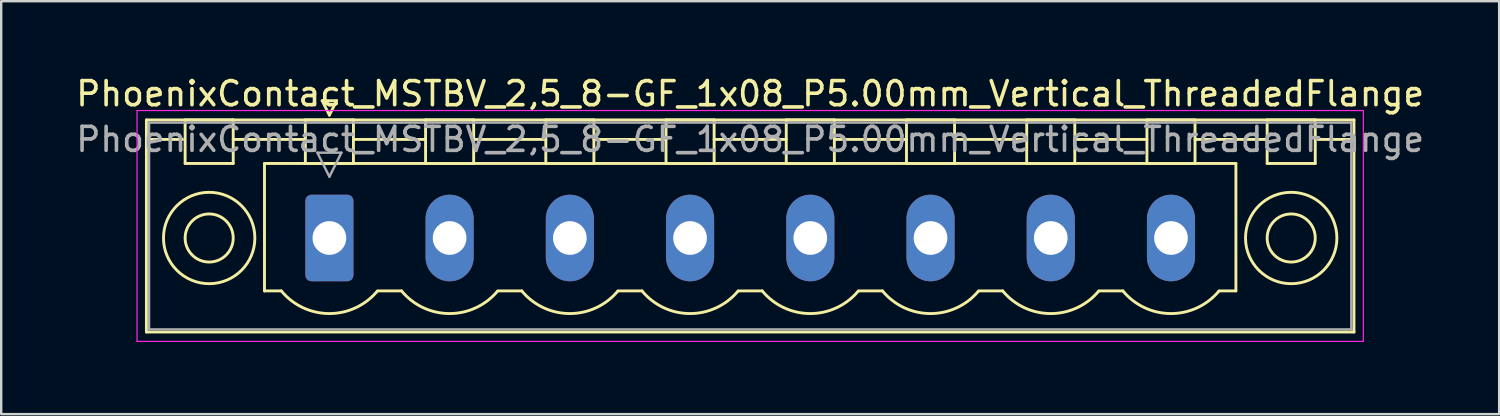
<source format=kicad_pcb>
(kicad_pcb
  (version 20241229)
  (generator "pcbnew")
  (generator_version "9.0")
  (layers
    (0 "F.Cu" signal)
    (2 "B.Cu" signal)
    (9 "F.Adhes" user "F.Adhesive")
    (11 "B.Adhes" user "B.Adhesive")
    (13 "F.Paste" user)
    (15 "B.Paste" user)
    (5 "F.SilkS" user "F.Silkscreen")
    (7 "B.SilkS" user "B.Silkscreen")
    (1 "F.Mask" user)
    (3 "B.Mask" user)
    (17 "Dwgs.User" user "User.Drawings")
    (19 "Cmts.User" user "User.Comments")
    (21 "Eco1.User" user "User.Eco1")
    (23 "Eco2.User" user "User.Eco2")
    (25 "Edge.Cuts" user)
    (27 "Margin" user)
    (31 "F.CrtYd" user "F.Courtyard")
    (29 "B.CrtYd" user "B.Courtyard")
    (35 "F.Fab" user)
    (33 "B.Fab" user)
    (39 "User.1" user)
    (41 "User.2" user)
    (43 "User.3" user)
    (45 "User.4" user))
  (footprint "PhoenixContact_MSTBV_2,5_8-GF_1x08_P5.00mm_Vertical_ThreadedFlange"
    (layer "F.Cu")
    (at 10.649 6.848)
    (property "Reference" "PhoenixContact_MSTBV_2,5_8-GF_1x08_P5.00mm_Vertical_ThreadedFlange" (at 17.5 -6 0) (layer "F.SilkS") (effects (font (size 1 1) (thickness 0.15))))
    (attr through_hole)
    (fp_line (start -7.61 -4.91) (end -7.61 3.91) (stroke (width 0.12) (type solid)) (layer "F.SilkS"))
    (fp_line (start -7.61 -4.1) (end -6.11 -4.1) (stroke (width 0.12) (type solid)) (layer "F.SilkS"))
    (fp_line (start -7.61 3.91) (end 42.61 3.91) (stroke (width 0.12) (type solid)) (layer "F.SilkS"))
    (fp_line (start -6 -4.91) (end -4 -4.91) (stroke (width 0.12) (type solid)) (layer "F.SilkS"))
    (fp_line (start -6 -3.1) (end -6 -4.91) (stroke (width 0.12) (type solid)) (layer "F.SilkS"))
    (fp_line (start -4 -4.91) (end -4 -3.1) (stroke (width 0.12) (type solid)) (layer "F.SilkS"))
    (fp_line (start -4 -4.1) (end -1 -4.1) (stroke (width 0.12) (type solid)) (layer "F.SilkS"))
    (fp_line (start -4 -3.1) (end -6 -3.1) (stroke (width 0.12) (type solid)) (layer "F.SilkS"))
    (fp_line (start -2.7 -3.1) (end 37.7 -3.1) (stroke (width 0.12) (type solid)) (layer "F.SilkS"))
    (fp_line (start -2.7 2.2) (end -2.7 -3.1) (stroke (width 0.12) (type solid)) (layer "F.SilkS"))
    (fp_line (start -2 2.2) (end -2.7 2.2) (stroke (width 0.12) (type solid)) (layer "F.SilkS"))
    (fp_line (start -1 -4.91) (end 1 -4.91) (stroke (width 0.12) (type solid)) (layer "F.SilkS"))
    (fp_line (start -1 -3.1) (end -1 -4.91) (stroke (width 0.12) (type solid)) (layer "F.SilkS"))
    (fp_line (start -0.3 -5.71) (end 0.3 -5.71) (stroke (width 0.12) (type solid)) (layer "F.SilkS"))
    (fp_line (start 0 -5.11) (end -0.3 -5.71) (stroke (width 0.12) (type solid)) (layer "F.SilkS"))
    (fp_line (start 0.3 -5.71) (end 0 -5.11) (stroke (width 0.12) (type solid)) (layer "F.SilkS"))
    (fp_line (start 1 -4.91) (end 1 -3.1) (stroke (width 0.12) (type solid)) (layer "F.SilkS"))
    (fp_line (start 1 -4.1) (end 4 -4.1) (stroke (width 0.12) (type solid)) (layer "F.SilkS"))
    (fp_line (start 1 -3.1) (end -1 -3.1) (stroke (width 0.12) (type solid)) (layer "F.SilkS"))
    (fp_line (start 2 2.2) (end 3 2.2) (stroke (width 0.12) (type solid)) (layer "F.SilkS"))
    (fp_line (start 4 -4.91) (end 6 -4.91) (stroke (width 0.12) (type solid)) (layer "F.SilkS"))
    (fp_line (start 4 -3.1) (end 4 -4.91) (stroke (width 0.12) (type solid)) (layer "F.SilkS"))
    (fp_line (start 6 -4.91) (end 6 -3.1) (stroke (width 0.12) (type solid)) (layer "F.SilkS"))
    (fp_line (start 6 -4.1) (end 9 -4.1) (stroke (width 0.12) (type solid)) (layer "F.SilkS"))
    (fp_line (start 6 -3.1) (end 4 -3.1) (stroke (width 0.12) (type solid)) (layer "F.SilkS"))
    (fp_line (start 7 2.2) (end 8 2.2) (stroke (width 0.12) (type solid)) (layer "F.SilkS"))
    (fp_line (start 9 -4.91) (end 11 -4.91) (stroke (width 0.12) (type solid)) (layer "F.SilkS"))
    (fp_line (start 9 -3.1) (end 9 -4.91) (stroke (width 0.12) (type solid)) (layer "F.SilkS"))
    (fp_line (start 11 -4.91) (end 11 -3.1) (stroke (width 0.12) (type solid)) (layer "F.SilkS"))
    (fp_line (start 11 -4.1) (end 14 -4.1) (stroke (width 0.12) (type solid)) (layer "F.SilkS"))
    (fp_line (start 11 -3.1) (end 9 -3.1) (stroke (width 0.12) (type solid)) (layer "F.SilkS"))
    (fp_line (start 12 2.2) (end 13 2.2) (stroke (width 0.12) (type solid)) (layer "F.SilkS"))
    (fp_line (start 14 -4.91) (end 16 -4.91) (stroke (width 0.12) (type solid)) (layer "F.SilkS"))
    (fp_line (start 14 -3.1) (end 14 -4.91) (stroke (width 0.12) (type solid)) (layer "F.SilkS"))
    (fp_line (start 16 -4.91) (end 16 -3.1) (stroke (width 0.12) (type solid)) (layer "F.SilkS"))
    (fp_line (start 16 -4.1) (end 19 -4.1) (stroke (width 0.12) (type solid)) (layer "F.SilkS"))
    (fp_line (start 16 -3.1) (end 14 -3.1) (stroke (width 0.12) (type solid)) (layer "F.SilkS"))
    (fp_line (start 17 2.2) (end 18 2.2) (stroke (width 0.12) (type solid)) (layer "F.SilkS"))
    (fp_line (start 19 -4.91) (end 21 -4.91) (stroke (width 0.12) (type solid)) (layer "F.SilkS"))
    (fp_line (start 19 -3.1) (end 19 -4.91) (stroke (width 0.12) (type solid)) (layer "F.SilkS"))
    (fp_line (start 21 -4.91) (end 21 -3.1) (stroke (width 0.12) (type solid)) (layer "F.SilkS"))
    (fp_line (start 21 -4.1) (end 24 -4.1) (stroke (width 0.12) (type solid)) (layer "F.SilkS"))
    (fp_line (start 21 -3.1) (end 19 -3.1) (stroke (width 0.12) (type solid)) (layer "F.SilkS"))
    (fp_line (start 22 2.2) (end 23 2.2) (stroke (width 0.12) (type solid)) (layer "F.SilkS"))
    (fp_line (start 24 -4.91) (end 26 -4.91) (stroke (width 0.12) (type solid)) (layer "F.SilkS"))
    (fp_line (start 24 -3.1) (end 24 -4.91) (stroke (width 0.12) (type solid)) (layer "F.SilkS"))
    (fp_line (start 26 -4.91) (end 26 -3.1) (stroke (width 0.12) (type solid)) (layer "F.SilkS"))
    (fp_line (start 26 -4.1) (end 29 -4.1) (stroke (width 0.12) (type solid)) (layer "F.SilkS"))
    (fp_line (start 26 -3.1) (end 24 -3.1) (stroke (width 0.12) (type solid)) (layer "F.SilkS"))
    (fp_line (start 27 2.2) (end 28 2.2) (stroke (width 0.12) (type solid)) (layer "F.SilkS"))
    (fp_line (start 29 -4.91) (end 31 -4.91) (stroke (width 0.12) (type solid)) (layer "F.SilkS"))
    (fp_line (start 29 -3.1) (end 29 -4.91) (stroke (width 0.12) (type solid)) (layer "F.SilkS"))
    (fp_line (start 31 -4.91) (end 31 -3.1) (stroke (width 0.12) (type solid)) (layer "F.SilkS"))
    (fp_line (start 31 -4.1) (end 34 -4.1) (stroke (width 0.12) (type solid)) (layer "F.SilkS"))
    (fp_line (start 31 -3.1) (end 29 -3.1) (stroke (width 0.12) (type solid)) (layer "F.SilkS"))
    (fp_line (start 32 2.2) (end 33 2.2) (stroke (width 0.12) (type solid)) (layer "F.SilkS"))
    (fp_line (start 34 -4.91) (end 36 -4.91) (stroke (width 0.12) (type solid)) (layer "F.SilkS"))
    (fp_line (start 34 -3.1) (end 34 -4.91) (stroke (width 0.12) (type solid)) (layer "F.SilkS"))
    (fp_line (start 36 -4.91) (end 36 -3.1) (stroke (width 0.12) (type solid)) (layer "F.SilkS"))
    (fp_line (start 36 -4.1) (end 39 -4.1) (stroke (width 0.12) (type solid)) (layer "F.SilkS"))
    (fp_line (start 36 -3.1) (end 34 -3.1) (stroke (width 0.12) (type solid)) (layer "F.SilkS"))
    (fp_line (start 37.7 -3.1) (end 37.7 2.2) (stroke (width 0.12) (type solid)) (layer "F.SilkS"))
    (fp_line (start 37.7 2.2) (end 37 2.2) (stroke (width 0.12) (type solid)) (layer "F.SilkS"))
    (fp_line (start 39 -4.91) (end 41 -4.91) (stroke (width 0.12) (type solid)) (layer "F.SilkS"))
    (fp_line (start 39 -3.1) (end 39 -4.91) (stroke (width 0.12) (type solid)) (layer "F.SilkS"))
    (fp_line (start 41 -4.91) (end 41 -3.1) (stroke (width 0.12) (type solid)) (layer "F.SilkS"))
    (fp_line (start 41 -3.1) (end 39 -3.1) (stroke (width 0.12) (type solid)) (layer "F.SilkS"))
    (fp_line (start 42.61 -4.91) (end -7.61 -4.91) (stroke (width 0.12) (type solid)) (layer "F.SilkS"))
    (fp_line (start 42.61 -4.1) (end 41.11 -4.1) (stroke (width 0.12) (type solid)) (layer "F.SilkS"))
    (fp_line (start 42.61 3.91) (end 42.61 -4.91) (stroke (width 0.12) (type solid)) (layer "F.SilkS"))
    (fp_arc (start 1.986842 2.215821) (mid -0.010289 3.142758) (end -2 2.2) (stroke (width 0.12) (type solid)) (layer "F.SilkS"))
    (fp_arc (start 6.986842 2.215821) (mid 4.989711 3.142758) (end 3 2.2) (stroke (width 0.12) (type solid)) (layer "F.SilkS"))
    (fp_arc (start 11.986842 2.215821) (mid 9.989711 3.142758) (end 8 2.2) (stroke (width 0.12) (type solid)) (layer "F.SilkS"))
    (fp_arc (start 16.986842 2.215821) (mid 14.989711 3.142758) (end 13 2.2) (stroke (width 0.12) (type solid)) (layer "F.SilkS"))
    (fp_arc (start 21.986842 2.215821) (mid 19.989711 3.142758) (end 18 2.2) (stroke (width 0.12) (type solid)) (layer "F.SilkS"))
    (fp_arc (start 26.986842 2.215821) (mid 24.989711 3.142758) (end 23 2.2) (stroke (width 0.12) (type solid)) (layer "F.SilkS"))
    (fp_arc (start 31.986842 2.215821) (mid 29.989711 3.142758) (end 28 2.2) (stroke (width 0.12) (type solid)) (layer "F.SilkS"))
    (fp_arc (start 36.986842 2.215821) (mid 34.989711 3.142758) (end 33 2.2) (stroke (width 0.12) (type solid)) (layer "F.SilkS"))
    (fp_circle (center -5 0) (end -4 0) (stroke (width 0.12) (type solid)) (fill no) (layer "F.SilkS"))
    (fp_circle (center -5 0) (end -3.1 0) (stroke (width 0.12) (type solid)) (fill no) (layer "F.SilkS"))
    (fp_circle (center 40 0) (end 41 0) (stroke (width 0.12) (type solid)) (fill no) (layer "F.SilkS"))
    (fp_circle (center 40 0) (end 41.9 0) (stroke (width 0.12) (type solid)) (fill no) (layer "F.SilkS"))
    (fp_line (start -8 -5.3) (end -8 4.3) (stroke (width 0.05) (type solid)) (layer "F.CrtYd"))
    (fp_line (start -8 4.3) (end 43 4.3) (stroke (width 0.05) (type solid)) (layer "F.CrtYd"))
    (fp_line (start 43 -5.3) (end -8 -5.3) (stroke (width 0.05) (type solid)) (layer "F.CrtYd"))
    (fp_line (start 43 4.3) (end 43 -5.3) (stroke (width 0.05) (type solid)) (layer "F.CrtYd"))
    (fp_line (start -7.5 -4.8) (end -7.5 3.8) (stroke (width 0.1) (type solid)) (layer "F.Fab"))
    (fp_line (start -7.5 3.8) (end 42.5 3.8) (stroke (width 0.1) (type solid)) (layer "F.Fab"))
    (fp_line (start -0.5 -3.55) (end 0.5 -3.55) (stroke (width 0.1) (type solid)) (layer "F.Fab"))
    (fp_line (start 0 -2.55) (end -0.5 -3.55) (stroke (width 0.1) (type solid)) (layer "F.Fab"))
    (fp_line (start 0.5 -3.55) (end 0 -2.55) (stroke (width 0.1) (type solid)) (layer "F.Fab"))
    (fp_line (start 42.5 -4.8) (end -7.5 -4.8) (stroke (width 0.1) (type solid)) (layer "F.Fab"))
    (fp_line (start 42.5 3.8) (end 42.5 -4.8) (stroke (width 0.1) (type solid)) (layer "F.Fab"))
    (fp_text user "${REFERENCE}" (at 17.5 -4.1 0) (layer "F.Fab") (effects (font (size 1 1) (thickness 0.15))))
    (pad "1" thru_hole roundrect (at 0 0) (size 2 3.6) (drill 1.4) (layers "*.Cu" "*.Mask") (roundrect_rratio 0.125))
    (pad "2" thru_hole oval (at 5 0) (size 2 3.6) (drill 1.4) (layers "*.Cu" "*.Mask"))
    (pad "3" thru_hole oval (at 10 0) (size 2 3.6) (drill 1.4) (layers "*.Cu" "*.Mask"))
    (pad "4" thru_hole oval (at 15 0) (size 2 3.6) (drill 1.4) (layers "*.Cu" "*.Mask"))
    (pad "5" thru_hole oval (at 20 0) (size 2 3.6) (drill 1.4) (layers "*.Cu" "*.Mask"))
    (pad "6" thru_hole oval (at 25 0) (size 2 3.6) (drill 1.4) (layers "*.Cu" "*.Mask"))
    (pad "7" thru_hole oval (at 30 0) (size 2 3.6) (drill 1.4) (layers "*.Cu" "*.Mask"))
    (pad "8" thru_hole oval (at 35 0) (size 2 3.6) (drill 1.4) (layers "*.Cu" "*.Mask")))
  (gr_rect
    (start -3 -3)
    (end 59.298 14.173)
    (stroke (width 0.1) (type default))
    (fill no)
    (layer "Edge.Cuts")))
</source>
